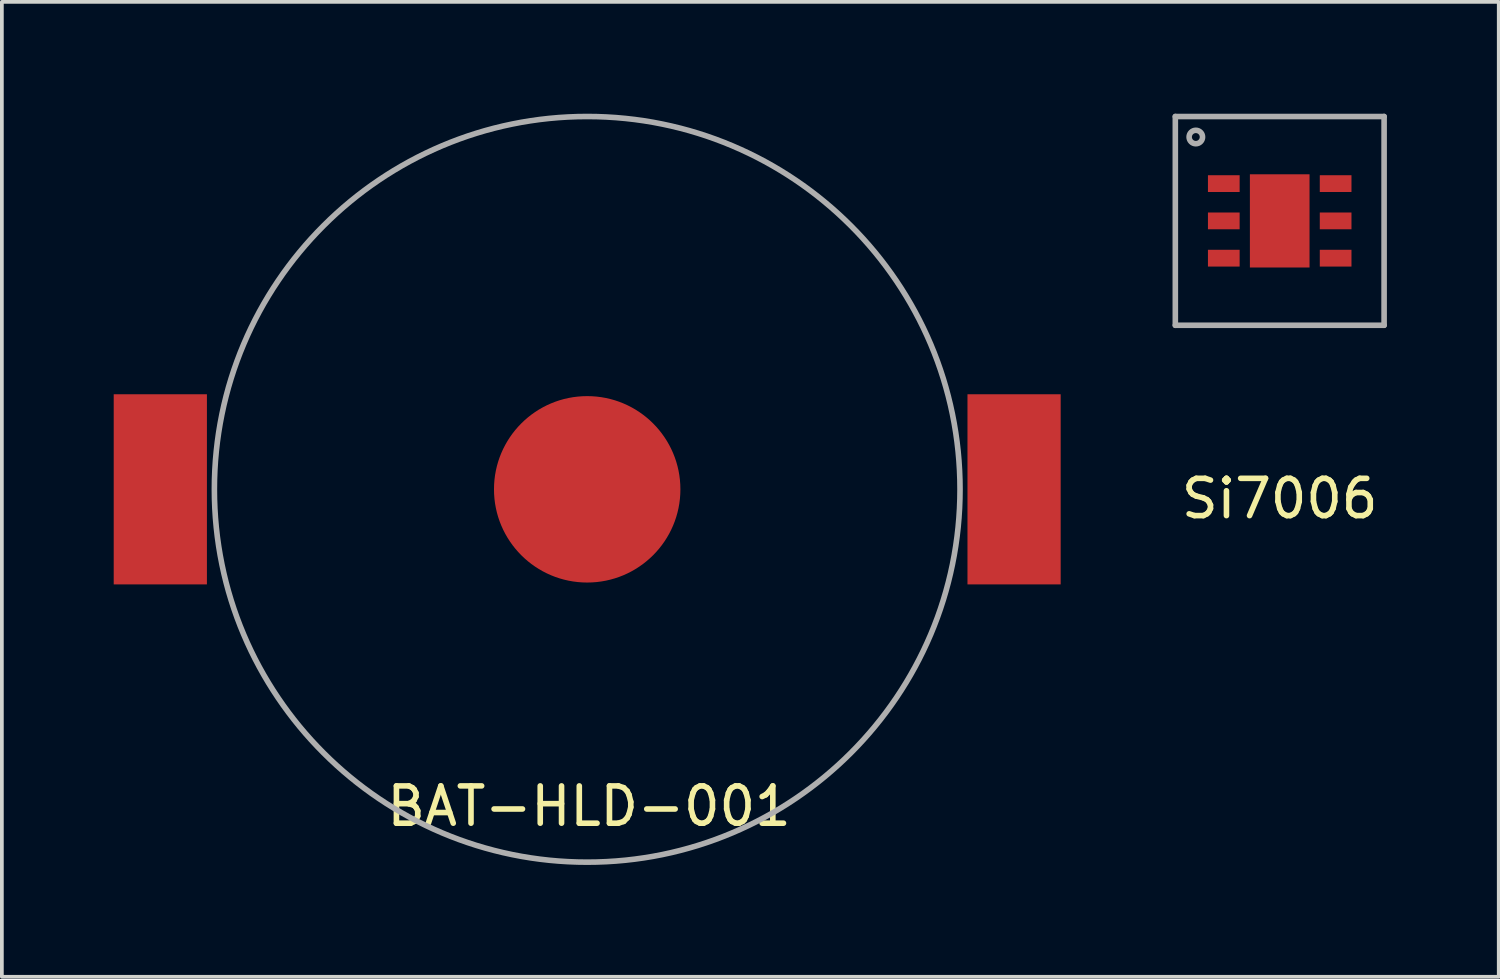
<source format=kicad_pcb>
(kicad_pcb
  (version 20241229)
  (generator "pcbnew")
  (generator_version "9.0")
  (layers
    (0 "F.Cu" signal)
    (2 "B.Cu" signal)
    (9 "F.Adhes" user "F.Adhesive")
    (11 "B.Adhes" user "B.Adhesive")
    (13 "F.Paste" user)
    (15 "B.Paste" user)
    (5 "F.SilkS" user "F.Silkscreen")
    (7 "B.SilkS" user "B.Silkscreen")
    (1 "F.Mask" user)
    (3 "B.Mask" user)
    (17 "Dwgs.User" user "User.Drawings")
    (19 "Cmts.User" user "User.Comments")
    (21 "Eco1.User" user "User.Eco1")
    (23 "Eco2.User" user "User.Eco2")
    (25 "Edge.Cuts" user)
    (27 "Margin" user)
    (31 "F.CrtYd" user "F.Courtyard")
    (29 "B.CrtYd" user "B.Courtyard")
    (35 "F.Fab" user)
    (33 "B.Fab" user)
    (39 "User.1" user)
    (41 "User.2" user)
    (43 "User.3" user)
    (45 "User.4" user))
  (footprint "Si7006"
    (layer "F.Cu")
    (at 31.275 2.875)
    (property "Reference" "Si7006" (at 0 7.45 0) (layer "F.SilkS") (effects (font (size 1 1) (thickness 0.15))))
    (attr through_hole)
    (fp_line (start -2.8 -2.8) (end 2.8 -2.8) (stroke (width 0.15) (type solid)) (layer "F.Fab"))
    (fp_line (start -2.8 2.8) (end -2.8 -2.8) (stroke (width 0.15) (type solid)) (layer "F.Fab"))
    (fp_line (start 2.8 -2.8) (end 2.8 2.8) (stroke (width 0.15) (type solid)) (layer "F.Fab"))
    (fp_line (start 2.8 2.8) (end -2.8 2.8) (stroke (width 0.15) (type solid)) (layer "F.Fab"))
    (fp_circle (center -2.25 -2.25) (end -2.1 -2.15) (stroke (width 0.15) (type solid)) (fill no) (layer "F.Fab"))
    (pad "1" smd rect (at -1.5 -1) (size 0.85 0.45) (layers "F.Cu" "F.Mask" "F.Paste"))
    (pad "2" smd rect (at -1.5 0) (size 0.85 0.45) (layers "F.Cu" "F.Mask" "F.Paste"))
    (pad "3" smd rect (at -1.5 1) (size 0.85 0.45) (layers "F.Cu" "F.Mask" "F.Paste"))
    (pad "4" smd rect (at 1.5 1) (size 0.85 0.45) (layers "F.Cu" "F.Mask" "F.Paste"))
    (pad "5" smd rect (at 1.5 0) (size 0.85 0.45) (layers "F.Cu" "F.Mask" "F.Paste"))
    (pad "6" smd rect (at 1.5 -1) (size 0.85 0.45) (layers "F.Cu" "F.Mask" "F.Paste"))
    (pad "7" smd rect (at 0 0) (size 1.6 2.5) (layers "F.Cu" "F.Mask" "F.Paste")))
  (footprint "BAT-HLD-001"
    (layer "F.Cu")
    (at 12.7 10.075)
    (property "Reference" "BAT-HLD-001" (at 0.05 8.5 0) (layer "F.SilkS") (effects (font (size 1 1) (thickness 0.15))))
    (attr through_hole)
    (fp_circle (center 0 0) (end 0 10) (stroke (width 0.15) (type solid)) (fill no) (layer "F.Fab"))
    (pad "1" smd rect (at -11.45 0) (size 2.5 5.1) (layers "F.Cu" "F.Mask" "F.Paste"))
    (pad "1" smd rect (at 11.45 0) (size 2.5 5.1) (layers "F.Cu" "F.Mask" "F.Paste"))
    (pad "2" smd circle (at 0 0) (size 5 5) (layers "F.Cu" "F.Mask" "F.Paste")))
  (gr_rect
    (start -3 -3)
    (end 37.15 23.15)
    (stroke (width 0.1) (type default))
    (fill no)
    (layer "Edge.Cuts")))
</source>
